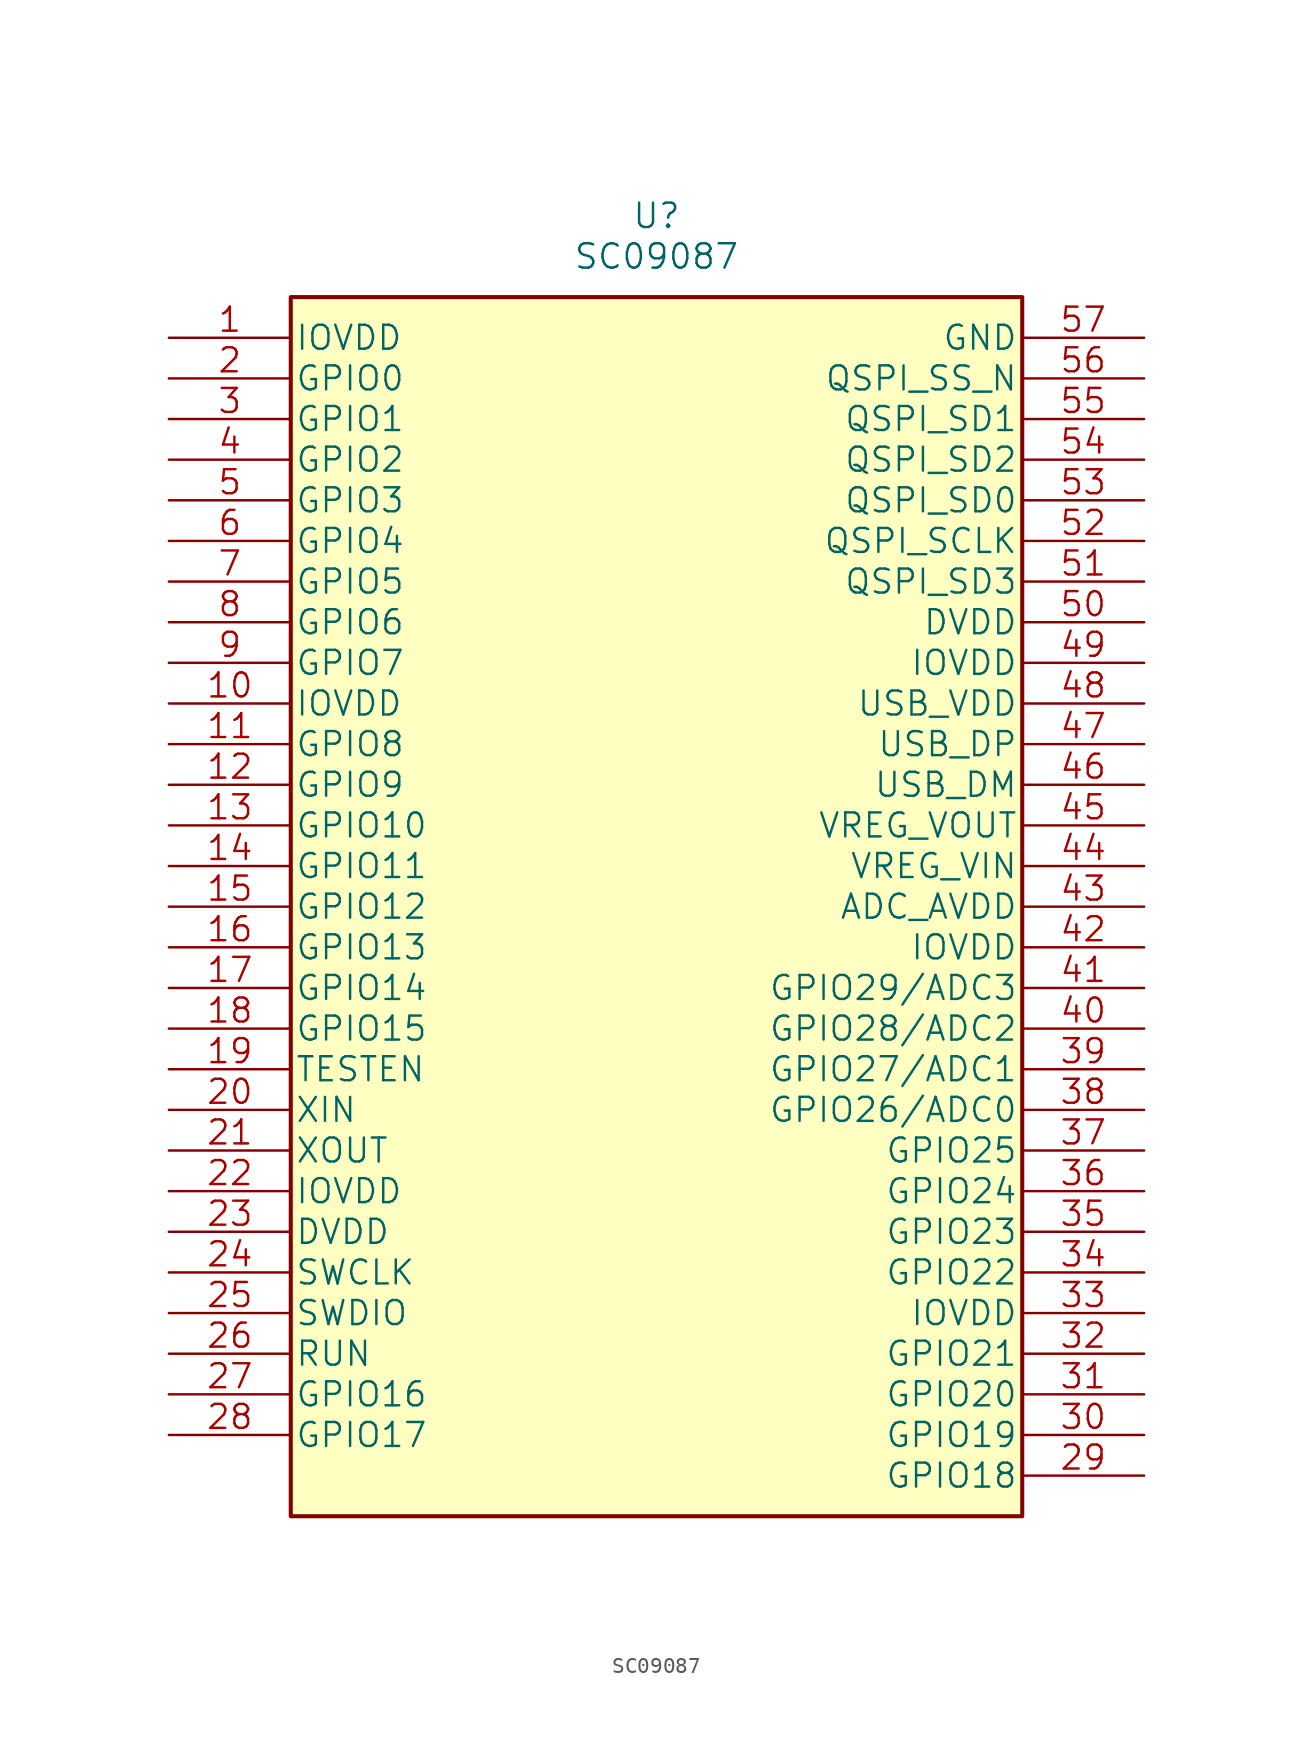
<source format=kicad_sym>
(kicad_symbol_lib
  (version 20211014)
  (generator kicad_symbol_editor)
  (symbol "SC09087"
    (pin_names
      (offset 0.254))
    (property "Reference" "U"
      (at 30.48 7.62 0)
      (effects (font (size 1.524 1.524))))
    (property "Value" "SC09087"
      (at 30.48 5.08 0)
      (effects (font (size 1.524 1.524))))
    (property "Datasheet" ""
      (at 0 0 0)
      (effects (font (size 1.524 1.524))))
    (property "ki_locked" ""
      (at 0 0 0)
      (effects (font (size 1.27 1.27))))
    (symbol "SC09087_1_1"
      (rectangle (start 7.62 2.54) (end 53.34 -73.66) (stroke (width 0.254) (type default) (color 0 0 0 0)) (fill (type background)))
      (pin power_in line (at 0 0 0) (length 7.62) (name "IOVDD" (effects (font (size 1.499 1.499)))) (number "1" (effects (font (size 1.499 1.499)))))
      (pin power_in line (at 0 -22.86 0) (length 7.62) (name "IOVDD" (effects (font (size 1.499 1.499)))) (number "10" (effects (font (size 1.499 1.499)))))
      (pin bidirectional line (at 0 -25.4 0) (length 7.62) (name "GPIO8" (effects (font (size 1.499 1.499)))) (number "11" (effects (font (size 1.499 1.499)))))
      (pin bidirectional line (at 0 -27.94 0) (length 7.62) (name "GPIO9" (effects (font (size 1.499 1.499)))) (number "12" (effects (font (size 1.499 1.499)))))
      (pin bidirectional line (at 0 -30.48 0) (length 7.62) (name "GPIO10" (effects (font (size 1.499 1.499)))) (number "13" (effects (font (size 1.499 1.499)))))
      (pin bidirectional line (at 0 -33.02 0) (length 7.62) (name "GPIO11" (effects (font (size 1.499 1.499)))) (number "14" (effects (font (size 1.499 1.499)))))
      (pin bidirectional line (at 0 -35.56 0) (length 7.62) (name "GPIO12" (effects (font (size 1.499 1.499)))) (number "15" (effects (font (size 1.499 1.499)))))
      (pin bidirectional line (at 0 -38.1 0) (length 7.62) (name "GPIO13" (effects (font (size 1.499 1.499)))) (number "16" (effects (font (size 1.499 1.499)))))
      (pin bidirectional line (at 0 -40.64 0) (length 7.62) (name "GPIO14" (effects (font (size 1.499 1.499)))) (number "17" (effects (font (size 1.499 1.499)))))
      (pin bidirectional line (at 0 -43.18 0) (length 7.62) (name "GPIO15" (effects (font (size 1.499 1.499)))) (number "18" (effects (font (size 1.499 1.499)))))
      (pin unspecified line (at 0 -45.72 0) (length 7.62) (name "TESTEN" (effects (font (size 1.499 1.499)))) (number "19" (effects (font (size 1.499 1.499)))))
      (pin bidirectional line (at 0 -2.54 0) (length 7.62) (name "GPIO0" (effects (font (size 1.499 1.499)))) (number "2" (effects (font (size 1.499 1.499)))))
      (pin unspecified line (at 0 -48.26 0) (length 7.62) (name "XIN" (effects (font (size 1.499 1.499)))) (number "20" (effects (font (size 1.499 1.499)))))
      (pin output line (at 0 -50.8 0) (length 7.62) (name "XOUT" (effects (font (size 1.499 1.499)))) (number "21" (effects (font (size 1.499 1.499)))))
      (pin power_in line (at 0 -53.34 0) (length 7.62) (name "IOVDD" (effects (font (size 1.499 1.499)))) (number "22" (effects (font (size 1.499 1.499)))))
      (pin power_in line (at 0 -55.88 0) (length 7.62) (name "DVDD" (effects (font (size 1.499 1.499)))) (number "23" (effects (font (size 1.499 1.499)))))
      (pin unspecified line (at 0 -58.42 0) (length 7.62) (name "SWCLK" (effects (font (size 1.499 1.499)))) (number "24" (effects (font (size 1.499 1.499)))))
      (pin unspecified line (at 0 -60.96 0) (length 7.62) (name "SWDIO" (effects (font (size 1.499 1.499)))) (number "25" (effects (font (size 1.499 1.499)))))
      (pin unspecified line (at 0 -63.5 0) (length 7.62) (name "RUN" (effects (font (size 1.499 1.499)))) (number "26" (effects (font (size 1.499 1.499)))))
      (pin bidirectional line (at 0 -66.04 0) (length 7.62) (name "GPIO16" (effects (font (size 1.499 1.499)))) (number "27" (effects (font (size 1.499 1.499)))))
      (pin bidirectional line (at 0 -68.58 0) (length 7.62) (name "GPIO17" (effects (font (size 1.499 1.499)))) (number "28" (effects (font (size 1.499 1.499)))))
      (pin bidirectional line (at 60.96 -71.12 180) (length 7.62) (name "GPIO18" (effects (font (size 1.499 1.499)))) (number "29" (effects (font (size 1.499 1.499)))))
      (pin bidirectional line (at 0 -5.08 0) (length 7.62) (name "GPIO1" (effects (font (size 1.499 1.499)))) (number "3" (effects (font (size 1.499 1.499)))))
      (pin bidirectional line (at 60.96 -68.58 180) (length 7.62) (name "GPIO19" (effects (font (size 1.499 1.499)))) (number "30" (effects (font (size 1.499 1.499)))))
      (pin bidirectional line (at 60.96 -66.04 180) (length 7.62) (name "GPIO20" (effects (font (size 1.499 1.499)))) (number "31" (effects (font (size 1.499 1.499)))))
      (pin bidirectional line (at 60.96 -63.5 180) (length 7.62) (name "GPIO21" (effects (font (size 1.499 1.499)))) (number "32" (effects (font (size 1.499 1.499)))))
      (pin power_in line (at 60.96 -60.96 180) (length 7.62) (name "IOVDD" (effects (font (size 1.499 1.499)))) (number "33" (effects (font (size 1.499 1.499)))))
      (pin bidirectional line (at 60.96 -58.42 180) (length 7.62) (name "GPIO22" (effects (font (size 1.499 1.499)))) (number "34" (effects (font (size 1.499 1.499)))))
      (pin bidirectional line (at 60.96 -55.88 180) (length 7.62) (name "GPIO23" (effects (font (size 1.499 1.499)))) (number "35" (effects (font (size 1.499 1.499)))))
      (pin bidirectional line (at 60.96 -53.34 180) (length 7.62) (name "GPIO24" (effects (font (size 1.499 1.499)))) (number "36" (effects (font (size 1.499 1.499)))))
      (pin bidirectional line (at 60.96 -50.8 180) (length 7.62) (name "GPIO25" (effects (font (size 1.499 1.499)))) (number "37" (effects (font (size 1.499 1.499)))))
      (pin bidirectional line (at 60.96 -48.26 180) (length 7.62) (name "GPIO26/ADC0" (effects (font (size 1.499 1.499)))) (number "38" (effects (font (size 1.499 1.499)))))
      (pin bidirectional line (at 60.96 -45.72 180) (length 7.62) (name "GPIO27/ADC1" (effects (font (size 1.499 1.499)))) (number "39" (effects (font (size 1.499 1.499)))))
      (pin bidirectional line (at 0 -7.62 0) (length 7.62) (name "GPIO2" (effects (font (size 1.499 1.499)))) (number "4" (effects (font (size 1.499 1.499)))))
      (pin bidirectional line (at 60.96 -43.18 180) (length 7.62) (name "GPIO28/ADC2" (effects (font (size 1.499 1.499)))) (number "40" (effects (font (size 1.499 1.499)))))
      (pin bidirectional line (at 60.96 -40.64 180) (length 7.62) (name "GPIO29/ADC3" (effects (font (size 1.499 1.499)))) (number "41" (effects (font (size 1.499 1.499)))))
      (pin power_in line (at 60.96 -38.1 180) (length 7.62) (name "IOVDD" (effects (font (size 1.499 1.499)))) (number "42" (effects (font (size 1.499 1.499)))))
      (pin power_in line (at 60.96 -35.56 180) (length 7.62) (name "ADC_AVDD" (effects (font (size 1.499 1.499)))) (number "43" (effects (font (size 1.499 1.499)))))
      (pin unspecified line (at 60.96 -33.02 180) (length 7.62) (name "VREG_VIN" (effects (font (size 1.499 1.499)))) (number "44" (effects (font (size 1.499 1.499)))))
      (pin output line (at 60.96 -30.48 180) (length 7.62) (name "VREG_VOUT" (effects (font (size 1.499 1.499)))) (number "45" (effects (font (size 1.499 1.499)))))
      (pin unspecified line (at 60.96 -27.94 180) (length 7.62) (name "USB_DM" (effects (font (size 1.499 1.499)))) (number "46" (effects (font (size 1.499 1.499)))))
      (pin unspecified line (at 60.96 -25.4 180) (length 7.62) (name "USB_DP" (effects (font (size 1.499 1.499)))) (number "47" (effects (font (size 1.499 1.499)))))
      (pin power_in line (at 60.96 -22.86 180) (length 7.62) (name "USB_VDD" (effects (font (size 1.499 1.499)))) (number "48" (effects (font (size 1.499 1.499)))))
      (pin power_in line (at 60.96 -20.32 180) (length 7.62) (name "IOVDD" (effects (font (size 1.499 1.499)))) (number "49" (effects (font (size 1.499 1.499)))))
      (pin bidirectional line (at 0 -10.16 0) (length 7.62) (name "GPIO3" (effects (font (size 1.499 1.499)))) (number "5" (effects (font (size 1.499 1.499)))))
      (pin power_in line (at 60.96 -17.78 180) (length 7.62) (name "DVDD" (effects (font (size 1.499 1.499)))) (number "50" (effects (font (size 1.499 1.499)))))
      (pin bidirectional line (at 60.96 -15.24 180) (length 7.62) (name "QSPI_SD3" (effects (font (size 1.499 1.499)))) (number "51" (effects (font (size 1.499 1.499)))))
      (pin unspecified line (at 60.96 -12.7 180) (length 7.62) (name "QSPI_SCLK" (effects (font (size 1.499 1.499)))) (number "52" (effects (font (size 1.499 1.499)))))
      (pin bidirectional line (at 60.96 -10.16 180) (length 7.62) (name "QSPI_SD0" (effects (font (size 1.499 1.499)))) (number "53" (effects (font (size 1.499 1.499)))))
      (pin bidirectional line (at 60.96 -7.62 180) (length 7.62) (name "QSPI_SD2" (effects (font (size 1.499 1.499)))) (number "54" (effects (font (size 1.499 1.499)))))
      (pin bidirectional line (at 60.96 -5.08 180) (length 7.62) (name "QSPI_SD1" (effects (font (size 1.499 1.499)))) (number "55" (effects (font (size 1.499 1.499)))))
      (pin unspecified line (at 60.96 -2.54 180) (length 7.62) (name "QSPI_SS_N" (effects (font (size 1.499 1.499)))) (number "56" (effects (font (size 1.499 1.499)))))
      (pin power_in line (at 60.96 0 180) (length 7.62) (name "GND" (effects (font (size 1.499 1.499)))) (number "57" (effects (font (size 1.499 1.499)))))
      (pin bidirectional line (at 0 -12.7 0) (length 7.62) (name "GPIO4" (effects (font (size 1.499 1.499)))) (number "6" (effects (font (size 1.499 1.499)))))
      (pin bidirectional line (at 0 -15.24 0) (length 7.62) (name "GPIO5" (effects (font (size 1.499 1.499)))) (number "7" (effects (font (size 1.499 1.499)))))
      (pin bidirectional line (at 0 -17.78 0) (length 7.62) (name "GPIO6" (effects (font (size 1.499 1.499)))) (number "8" (effects (font (size 1.499 1.499)))))
      (pin bidirectional line (at 0 -20.32 0) (length 7.62) (name "GPIO7" (effects (font (size 1.499 1.499)))) (number "9" (effects (font (size 1.499 1.499))))))))
</source>
